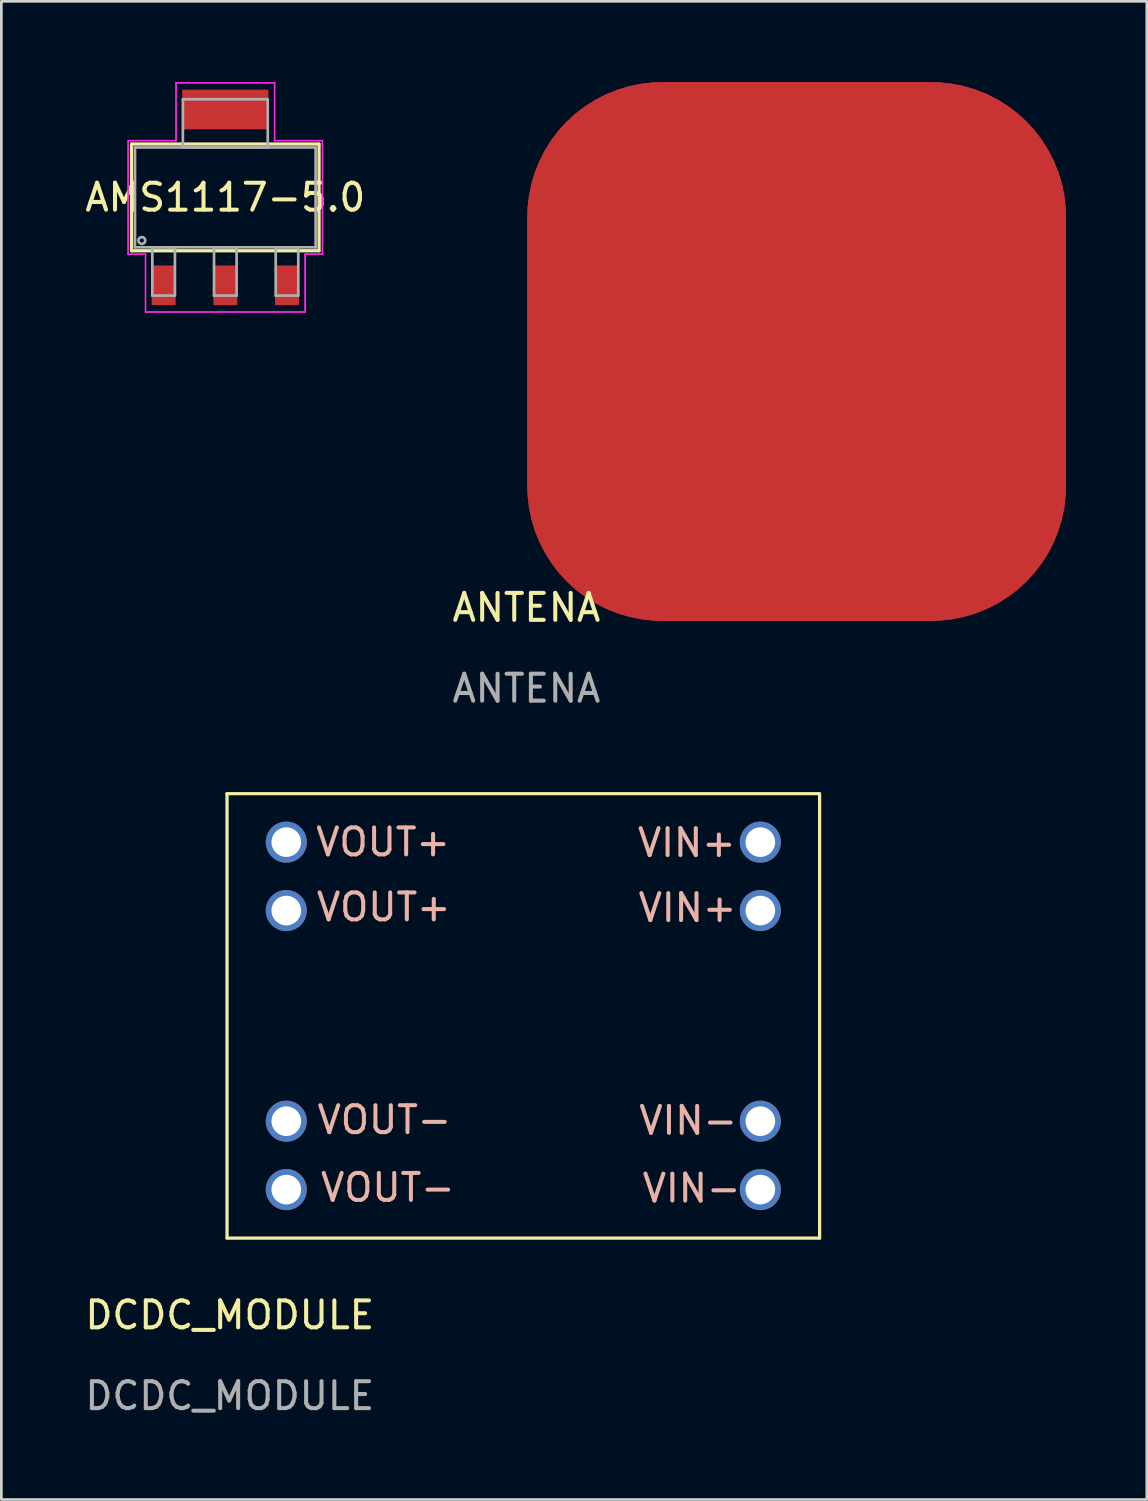
<source format=kicad_pcb>
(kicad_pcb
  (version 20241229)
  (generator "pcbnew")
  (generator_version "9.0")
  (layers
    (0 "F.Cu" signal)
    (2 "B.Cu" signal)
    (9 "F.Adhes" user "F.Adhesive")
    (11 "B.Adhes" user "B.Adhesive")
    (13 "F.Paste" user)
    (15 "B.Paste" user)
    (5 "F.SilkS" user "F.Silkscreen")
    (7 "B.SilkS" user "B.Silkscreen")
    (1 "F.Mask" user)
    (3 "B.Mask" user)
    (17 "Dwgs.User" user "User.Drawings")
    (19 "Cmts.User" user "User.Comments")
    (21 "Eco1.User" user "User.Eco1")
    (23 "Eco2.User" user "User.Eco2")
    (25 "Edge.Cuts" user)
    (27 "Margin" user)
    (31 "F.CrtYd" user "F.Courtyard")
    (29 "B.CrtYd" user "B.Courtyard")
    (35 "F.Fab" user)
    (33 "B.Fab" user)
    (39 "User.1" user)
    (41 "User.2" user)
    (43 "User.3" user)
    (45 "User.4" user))
  (footprint "AMS1117-5.0"
    (layer "F.Cu")
    (at 5.315 4.279)
    (property "Reference" "AMS1117-5.0" (at 0 0 0) (layer "F.SilkS") (effects (font (size 1 1) (thickness 0.15))))
    (attr through_hole)
    (fp_line (start -3.48 -1.981) (end -3.48 1.981) (stroke (width 0.12) (type solid)) (layer "F.SilkS"))
    (fp_line (start -3.48 1.981) (end 3.48 1.981) (stroke (width 0.12) (type solid)) (layer "F.SilkS"))
    (fp_line (start 3.48 -1.981) (end -3.48 -1.981) (stroke (width 0.12) (type solid)) (layer "F.SilkS"))
    (fp_line (start 3.48 1.981) (end 3.48 -1.981) (stroke (width 0.12) (type solid)) (layer "F.SilkS"))
    (fp_line (start -3.607 -2.108) (end -1.829 -2.108) (stroke (width 0.05) (type solid)) (layer "F.CrtYd"))
    (fp_line (start -3.607 -2.108) (end -1.829 -2.108) (stroke (width 0.05) (type solid)) (layer "F.CrtYd"))
    (fp_line (start -3.607 2.108) (end -3.607 -2.108) (stroke (width 0.05) (type solid)) (layer "F.CrtYd"))
    (fp_line (start -3.607 2.108) (end -3.607 -2.108) (stroke (width 0.05) (type solid)) (layer "F.CrtYd"))
    (fp_line (start -2.963 2.108) (end -3.607 2.108) (stroke (width 0.05) (type solid)) (layer "F.CrtYd"))
    (fp_line (start -2.963 2.108) (end -3.607 2.108) (stroke (width 0.05) (type solid)) (layer "F.CrtYd"))
    (fp_line (start -2.963 4.255) (end -2.963 2.108) (stroke (width 0.05) (type solid)) (layer "F.CrtYd"))
    (fp_line (start -2.963 4.255) (end -2.963 2.108) (stroke (width 0.05) (type solid)) (layer "F.CrtYd"))
    (fp_line (start -1.829 -4.255) (end 1.829 -4.255) (stroke (width 0.05) (type solid)) (layer "F.CrtYd"))
    (fp_line (start -1.829 -4.255) (end 1.829 -4.255) (stroke (width 0.05) (type solid)) (layer "F.CrtYd"))
    (fp_line (start -1.829 -2.108) (end -1.829 -4.255) (stroke (width 0.05) (type solid)) (layer "F.CrtYd"))
    (fp_line (start -1.829 -2.108) (end -1.829 -4.255) (stroke (width 0.05) (type solid)) (layer "F.CrtYd"))
    (fp_line (start 1.829 -4.255) (end 1.829 -2.108) (stroke (width 0.05) (type solid)) (layer "F.CrtYd"))
    (fp_line (start 1.829 -4.255) (end 1.829 -2.108) (stroke (width 0.05) (type solid)) (layer "F.CrtYd"))
    (fp_line (start 1.829 -2.108) (end 3.607 -2.108) (stroke (width 0.05) (type solid)) (layer "F.CrtYd"))
    (fp_line (start 1.829 -2.108) (end 3.607 -2.108) (stroke (width 0.05) (type solid)) (layer "F.CrtYd"))
    (fp_line (start 2.963 2.108) (end 2.963 4.255) (stroke (width 0.05) (type solid)) (layer "F.CrtYd"))
    (fp_line (start 2.963 2.108) (end 2.963 4.255) (stroke (width 0.05) (type solid)) (layer "F.CrtYd"))
    (fp_line (start 2.963 4.255) (end -2.963 4.255) (stroke (width 0.05) (type solid)) (layer "F.CrtYd"))
    (fp_line (start 2.963 4.255) (end -2.963 4.255) (stroke (width 0.05) (type solid)) (layer "F.CrtYd"))
    (fp_line (start 3.607 -2.108) (end 3.607 2.108) (stroke (width 0.05) (type solid)) (layer "F.CrtYd"))
    (fp_line (start 3.607 -2.108) (end 3.607 2.108) (stroke (width 0.05) (type solid)) (layer "F.CrtYd"))
    (fp_line (start 3.607 2.108) (end 2.963 2.108) (stroke (width 0.05) (type solid)) (layer "F.CrtYd"))
    (fp_line (start 3.607 2.108) (end 2.963 2.108) (stroke (width 0.05) (type solid)) (layer "F.CrtYd"))
    (fp_line (start -3.353 -1.854) (end -3.353 1.854) (stroke (width 0.1) (type solid)) (layer "F.Fab"))
    (fp_line (start -3.353 1.854) (end 3.353 1.854) (stroke (width 0.1) (type solid)) (layer "F.Fab"))
    (fp_line (start -2.709 1.854) (end -2.709 3.645) (stroke (width 0.1) (type solid)) (layer "F.Fab"))
    (fp_line (start -2.709 3.645) (end -1.871 3.645) (stroke (width 0.1) (type solid)) (layer "F.Fab"))
    (fp_line (start -1.871 1.854) (end -2.709 1.854) (stroke (width 0.1) (type solid)) (layer "F.Fab"))
    (fp_line (start -1.871 3.645) (end -1.871 1.854) (stroke (width 0.1) (type solid)) (layer "F.Fab"))
    (fp_line (start -1.575 -3.645) (end -1.575 -1.854) (stroke (width 0.1) (type solid)) (layer "F.Fab"))
    (fp_line (start -1.575 -1.854) (end 1.575 -1.854) (stroke (width 0.1) (type solid)) (layer "F.Fab"))
    (fp_line (start -0.419 1.854) (end -0.419 3.645) (stroke (width 0.1) (type solid)) (layer "F.Fab"))
    (fp_line (start -0.419 3.645) (end 0.419 3.645) (stroke (width 0.1) (type solid)) (layer "F.Fab"))
    (fp_line (start 0.419 1.854) (end -0.419 1.854) (stroke (width 0.1) (type solid)) (layer "F.Fab"))
    (fp_line (start 0.419 3.645) (end 0.419 1.854) (stroke (width 0.1) (type solid)) (layer "F.Fab"))
    (fp_line (start 1.575 -3.645) (end -1.575 -3.645) (stroke (width 0.1) (type solid)) (layer "F.Fab"))
    (fp_line (start 1.575 -1.854) (end 1.575 -3.645) (stroke (width 0.1) (type solid)) (layer "F.Fab"))
    (fp_line (start 1.871 1.854) (end 1.871 3.645) (stroke (width 0.1) (type solid)) (layer "F.Fab"))
    (fp_line (start 1.871 3.645) (end 2.709 3.645) (stroke (width 0.1) (type solid)) (layer "F.Fab"))
    (fp_line (start 2.709 1.854) (end 1.871 1.854) (stroke (width 0.1) (type solid)) (layer "F.Fab"))
    (fp_line (start 2.709 3.645) (end 2.709 1.854) (stroke (width 0.1) (type solid)) (layer "F.Fab"))
    (fp_line (start 3.353 -1.854) (end -3.353 -1.854) (stroke (width 0.1) (type solid)) (layer "F.Fab"))
    (fp_line (start 3.353 1.854) (end 3.353 -1.854) (stroke (width 0.1) (type solid)) (layer "F.Fab"))
    (fp_circle (center -3.099 1.6) (end -2.972 1.6) (stroke (width 0.1) (type solid)) (fill no) (layer "F.Fab"))
    (pad "1" smd rect (at -2.29 3.264) (size 0.889 1.473) (layers "F.Cu" "F.Mask" "F.Paste"))
    (pad "2" smd rect (at 0 3.264) (size 0.889 1.473) (layers "F.Cu" "F.Mask" "F.Paste"))
    (pad "3" smd rect (at 2.29 3.264) (size 0.889 1.473) (layers "F.Cu" "F.Mask" "F.Paste"))
    (pad "4" smd rect (at 0 -3.264) (size 3.2 1.473) (layers "F.Cu" "F.Mask" "F.Paste")))
  (footprint "ANTENA"
    (layer "F.Cu")
    (at 16.494 20.008)
    (property "Reference" "ANTENA" (at 0 -0.5 0) (unlocked yes) (layer "F.SilkS") (effects (font (size 1 1) (thickness 0.15))))
    (attr through_hole)
    (fp_text user "${REFERENCE}" (at 0 2.5 0) (unlocked yes) (layer "F.Fab") (effects (font (size 1 1) (thickness 0.15))))
    (pad "1" smd roundrect (at 10.033 -10.008) (size 20 20) (layers "F.Cu" "F.Mask" "F.Paste") (roundrect_rratio 0.25))
    (pad "1" smd roundrect (at 10.033 -10.008) (size 20 20) (layers "F.Cu" "F.Mask" "F.Paste") (roundrect_rratio 0.25)))
  (footprint "DCDC_MODULE"
    (layer "F.Cu")
    (at 5.482 46.274)
    (property "Reference" "DCDC_MODULE" (at 0 -0.5 0) (unlocked yes) (layer "F.SilkS") (effects (font (size 1 1) (thickness 0.15))))
    (attr through_hole)
    (fp_line (start -0.103 -19.858) (end -0.103 -3.358) (stroke (width 0.12) (type solid)) (layer "F.SilkS"))
    (fp_line (start -0.103 -19.858) (end 21.897 -19.858) (stroke (width 0.12) (type solid)) (layer "F.SilkS"))
    (fp_line (start -0.103 -3.358) (end 21.897 -3.358) (stroke (width 0.12) (type solid)) (layer "F.SilkS"))
    (fp_line (start 21.897 -3.358) (end 21.897 -19.787) (stroke (width 0.12) (type solid)) (layer "F.SilkS"))
    (fp_text user "VOUT-" (at 5.74 -7.747 0) (unlocked yes) (layer "B.SilkS") (effects (font (size 1 1) (thickness 0.15))))
    (fp_text user "VOUT+" (at 5.715 -15.646 0) (unlocked yes) (layer "B.SilkS") (effects (font (size 1 1) (thickness 0.15))))
    (fp_text user "VIN+" (at 16.993 -15.621 0) (unlocked yes) (layer "B.SilkS") (effects (font (size 1 1) (thickness 0.15))))
    (fp_text user "VIN-" (at 17.145 -5.207 0) (unlocked yes) (layer "B.SilkS") (effects (font (size 1 1) (thickness 0.15))))
    (fp_text user "VIN-" (at 17.018 -7.722 0) (unlocked yes) (layer "B.SilkS") (effects (font (size 1 1) (thickness 0.15))))
    (fp_text user "VIN+" (at 16.967 -18.034 0) (unlocked yes) (layer "B.SilkS") (effects (font (size 1 1) (thickness 0.15))))
    (fp_text user "VOUT+" (at 5.69 -18.059 0) (unlocked yes) (layer "B.SilkS") (effects (font (size 1 1) (thickness 0.15))))
    (fp_text user "VOUT-" (at 5.867 -5.232 0) (unlocked yes) (layer "B.SilkS") (effects (font (size 1 1) (thickness 0.15))))
    (fp_text user "${REFERENCE}" (at 0 2.5 0) (unlocked yes) (layer "F.Fab") (effects (font (size 1 1) (thickness 0.15))))
    (pad "1" thru_hole circle (at 19.697 -18.058) (size 1.524 1.524) (drill 1.1) (layers "*.Cu" "*.Mask"))
    (pad "1" thru_hole circle (at 19.697 -15.518) (size 1.524 1.524) (drill 1.1) (layers "*.Cu" "*.Mask"))
    (pad "2" thru_hole circle (at 19.697 -7.698) (size 1.524 1.524) (drill 1.1) (layers "*.Cu" "*.Mask"))
    (pad "2" thru_hole circle (at 19.697 -5.158) (size 1.524 1.524) (drill 1.1) (layers "*.Cu" "*.Mask"))
    (pad "3" thru_hole circle (at 2.097 -18.058) (size 1.524 1.524) (drill 1.1) (layers "*.Cu" "*.Mask"))
    (pad "3" thru_hole circle (at 2.097 -15.518) (size 1.524 1.524) (drill 1.1) (layers "*.Cu" "*.Mask"))
    (pad "4" thru_hole circle (at 2.097 -7.698) (size 1.524 1.524) (drill 1.1) (layers "*.Cu" "*.Mask"))
    (pad "4" thru_hole circle (at 2.097 -5.158) (size 1.524 1.524) (drill 1.1) (layers "*.Cu" "*.Mask")))
  (gr_rect
    (start -3 -3)
    (end 39.527 52.622)
    (stroke (width 0.1) (type default))
    (fill no)
    (layer "Edge.Cuts")))
</source>
